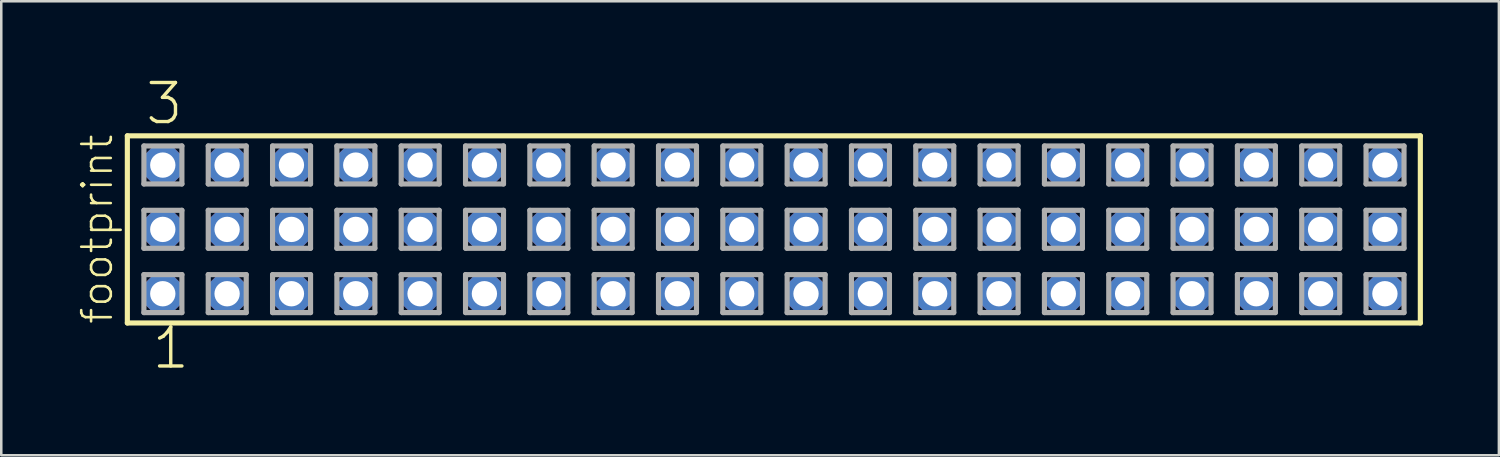
<source format=kicad_pcb>
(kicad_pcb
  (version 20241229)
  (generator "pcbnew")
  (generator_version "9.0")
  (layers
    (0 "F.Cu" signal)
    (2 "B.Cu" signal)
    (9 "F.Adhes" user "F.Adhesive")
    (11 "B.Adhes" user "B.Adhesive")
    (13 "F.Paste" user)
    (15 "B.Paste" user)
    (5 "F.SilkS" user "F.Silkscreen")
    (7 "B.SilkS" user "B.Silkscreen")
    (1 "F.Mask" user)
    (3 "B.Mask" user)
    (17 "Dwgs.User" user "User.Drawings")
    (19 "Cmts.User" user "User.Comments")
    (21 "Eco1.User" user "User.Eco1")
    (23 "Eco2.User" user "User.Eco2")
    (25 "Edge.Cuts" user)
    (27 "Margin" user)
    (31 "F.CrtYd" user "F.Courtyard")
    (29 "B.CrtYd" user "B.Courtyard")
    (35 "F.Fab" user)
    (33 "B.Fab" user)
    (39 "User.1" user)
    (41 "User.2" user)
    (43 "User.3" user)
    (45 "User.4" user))
  (footprint "footprint"
    (layer "F.Cu")
    (at 27.508 6.009)
    (property "Reference" "footprint" (at -26.035 3.81 90) (layer "F.SilkS") (effects (font (size 1.168 1.168) (thickness 0.102)) (justify left bottom)))
    (fp_line (start -25.529 -3.695) (end 25.529 -3.695) (stroke (width 0.203) (type solid)) (layer "F.SilkS"))
    (fp_line (start -25.529 3.695) (end -25.529 -3.695) (stroke (width 0.203) (type solid)) (layer "F.SilkS"))
    (fp_line (start 25.529 -3.695) (end 25.529 3.695) (stroke (width 0.203) (type solid)) (layer "F.SilkS"))
    (fp_line (start 25.529 3.695) (end -25.529 3.695) (stroke (width 0.203) (type solid)) (layer "F.SilkS"))
    (fp_line (start -24.875 -3.295) (end -23.375 -3.295) (stroke (width 0.203) (type solid)) (layer "F.Fab"))
    (fp_line (start -24.875 -1.795) (end -24.875 -3.295) (stroke (width 0.203) (type solid)) (layer "F.Fab"))
    (fp_line (start -24.875 -0.755) (end -23.375 -0.755) (stroke (width 0.203) (type solid)) (layer "F.Fab"))
    (fp_line (start -24.875 0.745) (end -24.875 -0.755) (stroke (width 0.203) (type solid)) (layer "F.Fab"))
    (fp_line (start -24.875 1.785) (end -23.375 1.785) (stroke (width 0.203) (type solid)) (layer "F.Fab"))
    (fp_line (start -24.875 3.285) (end -24.875 1.785) (stroke (width 0.203) (type solid)) (layer "F.Fab"))
    (fp_line (start -23.375 -3.295) (end -23.375 -1.795) (stroke (width 0.203) (type solid)) (layer "F.Fab"))
    (fp_line (start -23.375 -1.795) (end -24.875 -1.795) (stroke (width 0.203) (type solid)) (layer "F.Fab"))
    (fp_line (start -23.375 -0.755) (end -23.375 0.745) (stroke (width 0.203) (type solid)) (layer "F.Fab"))
    (fp_line (start -23.375 0.745) (end -24.875 0.745) (stroke (width 0.203) (type solid)) (layer "F.Fab"))
    (fp_line (start -23.375 1.785) (end -23.375 3.285) (stroke (width 0.203) (type solid)) (layer "F.Fab"))
    (fp_line (start -23.375 3.285) (end -24.875 3.285) (stroke (width 0.203) (type solid)) (layer "F.Fab"))
    (fp_line (start -22.335 -3.295) (end -20.835 -3.295) (stroke (width 0.203) (type solid)) (layer "F.Fab"))
    (fp_line (start -22.335 -1.795) (end -22.335 -3.295) (stroke (width 0.203) (type solid)) (layer "F.Fab"))
    (fp_line (start -22.335 -0.755) (end -20.835 -0.755) (stroke (width 0.203) (type solid)) (layer "F.Fab"))
    (fp_line (start -22.335 0.745) (end -22.335 -0.755) (stroke (width 0.203) (type solid)) (layer "F.Fab"))
    (fp_line (start -22.335 1.785) (end -20.835 1.785) (stroke (width 0.203) (type solid)) (layer "F.Fab"))
    (fp_line (start -22.335 3.285) (end -22.335 1.785) (stroke (width 0.203) (type solid)) (layer "F.Fab"))
    (fp_line (start -20.835 -3.295) (end -20.835 -1.795) (stroke (width 0.203) (type solid)) (layer "F.Fab"))
    (fp_line (start -20.835 -1.795) (end -22.335 -1.795) (stroke (width 0.203) (type solid)) (layer "F.Fab"))
    (fp_line (start -20.835 -0.755) (end -20.835 0.745) (stroke (width 0.203) (type solid)) (layer "F.Fab"))
    (fp_line (start -20.835 0.745) (end -22.335 0.745) (stroke (width 0.203) (type solid)) (layer "F.Fab"))
    (fp_line (start -20.835 1.785) (end -20.835 3.285) (stroke (width 0.203) (type solid)) (layer "F.Fab"))
    (fp_line (start -20.835 3.285) (end -22.335 3.285) (stroke (width 0.203) (type solid)) (layer "F.Fab"))
    (fp_line (start -19.795 -3.295) (end -18.295 -3.295) (stroke (width 0.203) (type solid)) (layer "F.Fab"))
    (fp_line (start -19.795 -1.795) (end -19.795 -3.295) (stroke (width 0.203) (type solid)) (layer "F.Fab"))
    (fp_line (start -19.795 -0.755) (end -18.295 -0.755) (stroke (width 0.203) (type solid)) (layer "F.Fab"))
    (fp_line (start -19.795 0.745) (end -19.795 -0.755) (stroke (width 0.203) (type solid)) (layer "F.Fab"))
    (fp_line (start -19.795 1.785) (end -18.295 1.785) (stroke (width 0.203) (type solid)) (layer "F.Fab"))
    (fp_line (start -19.795 3.285) (end -19.795 1.785) (stroke (width 0.203) (type solid)) (layer "F.Fab"))
    (fp_line (start -18.295 -3.295) (end -18.295 -1.795) (stroke (width 0.203) (type solid)) (layer "F.Fab"))
    (fp_line (start -18.295 -1.795) (end -19.795 -1.795) (stroke (width 0.203) (type solid)) (layer "F.Fab"))
    (fp_line (start -18.295 -0.755) (end -18.295 0.745) (stroke (width 0.203) (type solid)) (layer "F.Fab"))
    (fp_line (start -18.295 0.745) (end -19.795 0.745) (stroke (width 0.203) (type solid)) (layer "F.Fab"))
    (fp_line (start -18.295 1.785) (end -18.295 3.285) (stroke (width 0.203) (type solid)) (layer "F.Fab"))
    (fp_line (start -18.295 3.285) (end -19.795 3.285) (stroke (width 0.203) (type solid)) (layer "F.Fab"))
    (fp_line (start -17.255 -3.295) (end -15.755 -3.295) (stroke (width 0.203) (type solid)) (layer "F.Fab"))
    (fp_line (start -17.255 -1.795) (end -17.255 -3.295) (stroke (width 0.203) (type solid)) (layer "F.Fab"))
    (fp_line (start -17.255 -0.755) (end -15.755 -0.755) (stroke (width 0.203) (type solid)) (layer "F.Fab"))
    (fp_line (start -17.255 0.745) (end -17.255 -0.755) (stroke (width 0.203) (type solid)) (layer "F.Fab"))
    (fp_line (start -17.255 1.785) (end -15.755 1.785) (stroke (width 0.203) (type solid)) (layer "F.Fab"))
    (fp_line (start -17.255 3.285) (end -17.255 1.785) (stroke (width 0.203) (type solid)) (layer "F.Fab"))
    (fp_line (start -15.755 -3.295) (end -15.755 -1.795) (stroke (width 0.203) (type solid)) (layer "F.Fab"))
    (fp_line (start -15.755 -1.795) (end -17.255 -1.795) (stroke (width 0.203) (type solid)) (layer "F.Fab"))
    (fp_line (start -15.755 -0.755) (end -15.755 0.745) (stroke (width 0.203) (type solid)) (layer "F.Fab"))
    (fp_line (start -15.755 0.745) (end -17.255 0.745) (stroke (width 0.203) (type solid)) (layer "F.Fab"))
    (fp_line (start -15.755 1.785) (end -15.755 3.285) (stroke (width 0.203) (type solid)) (layer "F.Fab"))
    (fp_line (start -15.755 3.285) (end -17.255 3.285) (stroke (width 0.203) (type solid)) (layer "F.Fab"))
    (fp_line (start -14.715 -3.295) (end -13.215 -3.295) (stroke (width 0.203) (type solid)) (layer "F.Fab"))
    (fp_line (start -14.715 -1.795) (end -14.715 -3.295) (stroke (width 0.203) (type solid)) (layer "F.Fab"))
    (fp_line (start -14.715 -0.755) (end -13.215 -0.755) (stroke (width 0.203) (type solid)) (layer "F.Fab"))
    (fp_line (start -14.715 0.745) (end -14.715 -0.755) (stroke (width 0.203) (type solid)) (layer "F.Fab"))
    (fp_line (start -14.715 1.785) (end -13.215 1.785) (stroke (width 0.203) (type solid)) (layer "F.Fab"))
    (fp_line (start -14.715 3.285) (end -14.715 1.785) (stroke (width 0.203) (type solid)) (layer "F.Fab"))
    (fp_line (start -13.215 -3.295) (end -13.215 -1.795) (stroke (width 0.203) (type solid)) (layer "F.Fab"))
    (fp_line (start -13.215 -1.795) (end -14.715 -1.795) (stroke (width 0.203) (type solid)) (layer "F.Fab"))
    (fp_line (start -13.215 -0.755) (end -13.215 0.745) (stroke (width 0.203) (type solid)) (layer "F.Fab"))
    (fp_line (start -13.215 0.745) (end -14.715 0.745) (stroke (width 0.203) (type solid)) (layer "F.Fab"))
    (fp_line (start -13.215 1.785) (end -13.215 3.285) (stroke (width 0.203) (type solid)) (layer "F.Fab"))
    (fp_line (start -13.215 3.285) (end -14.715 3.285) (stroke (width 0.203) (type solid)) (layer "F.Fab"))
    (fp_line (start -12.175 -3.295) (end -10.675 -3.295) (stroke (width 0.203) (type solid)) (layer "F.Fab"))
    (fp_line (start -12.175 -1.795) (end -12.175 -3.295) (stroke (width 0.203) (type solid)) (layer "F.Fab"))
    (fp_line (start -12.175 -0.755) (end -10.675 -0.755) (stroke (width 0.203) (type solid)) (layer "F.Fab"))
    (fp_line (start -12.175 0.745) (end -12.175 -0.755) (stroke (width 0.203) (type solid)) (layer "F.Fab"))
    (fp_line (start -12.175 1.785) (end -10.675 1.785) (stroke (width 0.203) (type solid)) (layer "F.Fab"))
    (fp_line (start -12.175 3.285) (end -12.175 1.785) (stroke (width 0.203) (type solid)) (layer "F.Fab"))
    (fp_line (start -10.675 -3.295) (end -10.675 -1.795) (stroke (width 0.203) (type solid)) (layer "F.Fab"))
    (fp_line (start -10.675 -1.795) (end -12.175 -1.795) (stroke (width 0.203) (type solid)) (layer "F.Fab"))
    (fp_line (start -10.675 -0.755) (end -10.675 0.745) (stroke (width 0.203) (type solid)) (layer "F.Fab"))
    (fp_line (start -10.675 0.745) (end -12.175 0.745) (stroke (width 0.203) (type solid)) (layer "F.Fab"))
    (fp_line (start -10.675 1.785) (end -10.675 3.285) (stroke (width 0.203) (type solid)) (layer "F.Fab"))
    (fp_line (start -10.675 3.285) (end -12.175 3.285) (stroke (width 0.203) (type solid)) (layer "F.Fab"))
    (fp_line (start -9.635 -3.295) (end -8.135 -3.295) (stroke (width 0.203) (type solid)) (layer "F.Fab"))
    (fp_line (start -9.635 -1.795) (end -9.635 -3.295) (stroke (width 0.203) (type solid)) (layer "F.Fab"))
    (fp_line (start -9.635 -0.755) (end -8.135 -0.755) (stroke (width 0.203) (type solid)) (layer "F.Fab"))
    (fp_line (start -9.635 0.745) (end -9.635 -0.755) (stroke (width 0.203) (type solid)) (layer "F.Fab"))
    (fp_line (start -9.635 1.785) (end -8.135 1.785) (stroke (width 0.203) (type solid)) (layer "F.Fab"))
    (fp_line (start -9.635 3.285) (end -9.635 1.785) (stroke (width 0.203) (type solid)) (layer "F.Fab"))
    (fp_line (start -8.135 -3.295) (end -8.135 -1.795) (stroke (width 0.203) (type solid)) (layer "F.Fab"))
    (fp_line (start -8.135 -1.795) (end -9.635 -1.795) (stroke (width 0.203) (type solid)) (layer "F.Fab"))
    (fp_line (start -8.135 -0.755) (end -8.135 0.745) (stroke (width 0.203) (type solid)) (layer "F.Fab"))
    (fp_line (start -8.135 0.745) (end -9.635 0.745) (stroke (width 0.203) (type solid)) (layer "F.Fab"))
    (fp_line (start -8.135 1.785) (end -8.135 3.285) (stroke (width 0.203) (type solid)) (layer "F.Fab"))
    (fp_line (start -8.135 3.285) (end -9.635 3.285) (stroke (width 0.203) (type solid)) (layer "F.Fab"))
    (fp_line (start -7.095 -3.295) (end -5.595 -3.295) (stroke (width 0.203) (type solid)) (layer "F.Fab"))
    (fp_line (start -7.095 -1.795) (end -7.095 -3.295) (stroke (width 0.203) (type solid)) (layer "F.Fab"))
    (fp_line (start -7.095 -0.755) (end -5.595 -0.755) (stroke (width 0.203) (type solid)) (layer "F.Fab"))
    (fp_line (start -7.095 0.745) (end -7.095 -0.755) (stroke (width 0.203) (type solid)) (layer "F.Fab"))
    (fp_line (start -7.095 1.785) (end -5.595 1.785) (stroke (width 0.203) (type solid)) (layer "F.Fab"))
    (fp_line (start -7.095 3.285) (end -7.095 1.785) (stroke (width 0.203) (type solid)) (layer "F.Fab"))
    (fp_line (start -5.595 -3.295) (end -5.595 -1.795) (stroke (width 0.203) (type solid)) (layer "F.Fab"))
    (fp_line (start -5.595 -1.795) (end -7.095 -1.795) (stroke (width 0.203) (type solid)) (layer "F.Fab"))
    (fp_line (start -5.595 -0.755) (end -5.595 0.745) (stroke (width 0.203) (type solid)) (layer "F.Fab"))
    (fp_line (start -5.595 0.745) (end -7.095 0.745) (stroke (width 0.203) (type solid)) (layer "F.Fab"))
    (fp_line (start -5.595 1.785) (end -5.595 3.285) (stroke (width 0.203) (type solid)) (layer "F.Fab"))
    (fp_line (start -5.595 3.285) (end -7.095 3.285) (stroke (width 0.203) (type solid)) (layer "F.Fab"))
    (fp_line (start -4.555 -3.295) (end -3.055 -3.295) (stroke (width 0.203) (type solid)) (layer "F.Fab"))
    (fp_line (start -4.555 -1.795) (end -4.555 -3.295) (stroke (width 0.203) (type solid)) (layer "F.Fab"))
    (fp_line (start -4.555 -0.755) (end -3.055 -0.755) (stroke (width 0.203) (type solid)) (layer "F.Fab"))
    (fp_line (start -4.555 0.745) (end -4.555 -0.755) (stroke (width 0.203) (type solid)) (layer "F.Fab"))
    (fp_line (start -4.555 1.785) (end -3.055 1.785) (stroke (width 0.203) (type solid)) (layer "F.Fab"))
    (fp_line (start -4.555 3.285) (end -4.555 1.785) (stroke (width 0.203) (type solid)) (layer "F.Fab"))
    (fp_line (start -3.055 -3.295) (end -3.055 -1.795) (stroke (width 0.203) (type solid)) (layer "F.Fab"))
    (fp_line (start -3.055 -1.795) (end -4.555 -1.795) (stroke (width 0.203) (type solid)) (layer "F.Fab"))
    (fp_line (start -3.055 -0.755) (end -3.055 0.745) (stroke (width 0.203) (type solid)) (layer "F.Fab"))
    (fp_line (start -3.055 0.745) (end -4.555 0.745) (stroke (width 0.203) (type solid)) (layer "F.Fab"))
    (fp_line (start -3.055 1.785) (end -3.055 3.285) (stroke (width 0.203) (type solid)) (layer "F.Fab"))
    (fp_line (start -3.055 3.285) (end -4.555 3.285) (stroke (width 0.203) (type solid)) (layer "F.Fab"))
    (fp_line (start -2.015 -3.295) (end -0.515 -3.295) (stroke (width 0.203) (type solid)) (layer "F.Fab"))
    (fp_line (start -2.015 -1.795) (end -2.015 -3.295) (stroke (width 0.203) (type solid)) (layer "F.Fab"))
    (fp_line (start -2.015 -0.755) (end -0.515 -0.755) (stroke (width 0.203) (type solid)) (layer "F.Fab"))
    (fp_line (start -2.015 0.745) (end -2.015 -0.755) (stroke (width 0.203) (type solid)) (layer "F.Fab"))
    (fp_line (start -2.015 1.785) (end -0.515 1.785) (stroke (width 0.203) (type solid)) (layer "F.Fab"))
    (fp_line (start -2.015 3.285) (end -2.015 1.785) (stroke (width 0.203) (type solid)) (layer "F.Fab"))
    (fp_line (start -0.515 -3.295) (end -0.515 -1.795) (stroke (width 0.203) (type solid)) (layer "F.Fab"))
    (fp_line (start -0.515 -1.795) (end -2.015 -1.795) (stroke (width 0.203) (type solid)) (layer "F.Fab"))
    (fp_line (start -0.515 -0.755) (end -0.515 0.745) (stroke (width 0.203) (type solid)) (layer "F.Fab"))
    (fp_line (start -0.515 0.745) (end -2.015 0.745) (stroke (width 0.203) (type solid)) (layer "F.Fab"))
    (fp_line (start -0.515 1.785) (end -0.515 3.285) (stroke (width 0.203) (type solid)) (layer "F.Fab"))
    (fp_line (start -0.515 3.285) (end -2.015 3.285) (stroke (width 0.203) (type solid)) (layer "F.Fab"))
    (fp_line (start 0.525 -3.295) (end 2.025 -3.295) (stroke (width 0.203) (type solid)) (layer "F.Fab"))
    (fp_line (start 0.525 -1.795) (end 0.525 -3.295) (stroke (width 0.203) (type solid)) (layer "F.Fab"))
    (fp_line (start 0.525 -0.755) (end 2.025 -0.755) (stroke (width 0.203) (type solid)) (layer "F.Fab"))
    (fp_line (start 0.525 0.745) (end 0.525 -0.755) (stroke (width 0.203) (type solid)) (layer "F.Fab"))
    (fp_line (start 0.525 1.785) (end 2.025 1.785) (stroke (width 0.203) (type solid)) (layer "F.Fab"))
    (fp_line (start 0.525 3.285) (end 0.525 1.785) (stroke (width 0.203) (type solid)) (layer "F.Fab"))
    (fp_line (start 2.025 -3.295) (end 2.025 -1.795) (stroke (width 0.203) (type solid)) (layer "F.Fab"))
    (fp_line (start 2.025 -1.795) (end 0.525 -1.795) (stroke (width 0.203) (type solid)) (layer "F.Fab"))
    (fp_line (start 2.025 -0.755) (end 2.025 0.745) (stroke (width 0.203) (type solid)) (layer "F.Fab"))
    (fp_line (start 2.025 0.745) (end 0.525 0.745) (stroke (width 0.203) (type solid)) (layer "F.Fab"))
    (fp_line (start 2.025 1.785) (end 2.025 3.285) (stroke (width 0.203) (type solid)) (layer "F.Fab"))
    (fp_line (start 2.025 3.285) (end 0.525 3.285) (stroke (width 0.203) (type solid)) (layer "F.Fab"))
    (fp_line (start 3.065 -3.295) (end 4.565 -3.295) (stroke (width 0.203) (type solid)) (layer "F.Fab"))
    (fp_line (start 3.065 -1.795) (end 3.065 -3.295) (stroke (width 0.203) (type solid)) (layer "F.Fab"))
    (fp_line (start 3.065 -0.755) (end 4.565 -0.755) (stroke (width 0.203) (type solid)) (layer "F.Fab"))
    (fp_line (start 3.065 0.745) (end 3.065 -0.755) (stroke (width 0.203) (type solid)) (layer "F.Fab"))
    (fp_line (start 3.065 1.785) (end 4.565 1.785) (stroke (width 0.203) (type solid)) (layer "F.Fab"))
    (fp_line (start 3.065 3.285) (end 3.065 1.785) (stroke (width 0.203) (type solid)) (layer "F.Fab"))
    (fp_line (start 4.565 -3.295) (end 4.565 -1.795) (stroke (width 0.203) (type solid)) (layer "F.Fab"))
    (fp_line (start 4.565 -1.795) (end 3.065 -1.795) (stroke (width 0.203) (type solid)) (layer "F.Fab"))
    (fp_line (start 4.565 -0.755) (end 4.565 0.745) (stroke (width 0.203) (type solid)) (layer "F.Fab"))
    (fp_line (start 4.565 0.745) (end 3.065 0.745) (stroke (width 0.203) (type solid)) (layer "F.Fab"))
    (fp_line (start 4.565 1.785) (end 4.565 3.285) (stroke (width 0.203) (type solid)) (layer "F.Fab"))
    (fp_line (start 4.565 3.285) (end 3.065 3.285) (stroke (width 0.203) (type solid)) (layer "F.Fab"))
    (fp_line (start 5.605 -3.295) (end 7.105 -3.295) (stroke (width 0.203) (type solid)) (layer "F.Fab"))
    (fp_line (start 5.605 -1.795) (end 5.605 -3.295) (stroke (width 0.203) (type solid)) (layer "F.Fab"))
    (fp_line (start 5.605 -0.755) (end 7.105 -0.755) (stroke (width 0.203) (type solid)) (layer "F.Fab"))
    (fp_line (start 5.605 0.745) (end 5.605 -0.755) (stroke (width 0.203) (type solid)) (layer "F.Fab"))
    (fp_line (start 5.605 1.785) (end 7.105 1.785) (stroke (width 0.203) (type solid)) (layer "F.Fab"))
    (fp_line (start 5.605 3.285) (end 5.605 1.785) (stroke (width 0.203) (type solid)) (layer "F.Fab"))
    (fp_line (start 7.105 -3.295) (end 7.105 -1.795) (stroke (width 0.203) (type solid)) (layer "F.Fab"))
    (fp_line (start 7.105 -1.795) (end 5.605 -1.795) (stroke (width 0.203) (type solid)) (layer "F.Fab"))
    (fp_line (start 7.105 -0.755) (end 7.105 0.745) (stroke (width 0.203) (type solid)) (layer "F.Fab"))
    (fp_line (start 7.105 0.745) (end 5.605 0.745) (stroke (width 0.203) (type solid)) (layer "F.Fab"))
    (fp_line (start 7.105 1.785) (end 7.105 3.285) (stroke (width 0.203) (type solid)) (layer "F.Fab"))
    (fp_line (start 7.105 3.285) (end 5.605 3.285) (stroke (width 0.203) (type solid)) (layer "F.Fab"))
    (fp_line (start 8.145 -3.295) (end 9.645 -3.295) (stroke (width 0.203) (type solid)) (layer "F.Fab"))
    (fp_line (start 8.145 -1.795) (end 8.145 -3.295) (stroke (width 0.203) (type solid)) (layer "F.Fab"))
    (fp_line (start 8.145 -0.755) (end 9.645 -0.755) (stroke (width 0.203) (type solid)) (layer "F.Fab"))
    (fp_line (start 8.145 0.745) (end 8.145 -0.755) (stroke (width 0.203) (type solid)) (layer "F.Fab"))
    (fp_line (start 8.145 1.785) (end 9.645 1.785) (stroke (width 0.203) (type solid)) (layer "F.Fab"))
    (fp_line (start 8.145 3.285) (end 8.145 1.785) (stroke (width 0.203) (type solid)) (layer "F.Fab"))
    (fp_line (start 9.645 -3.295) (end 9.645 -1.795) (stroke (width 0.203) (type solid)) (layer "F.Fab"))
    (fp_line (start 9.645 -1.795) (end 8.145 -1.795) (stroke (width 0.203) (type solid)) (layer "F.Fab"))
    (fp_line (start 9.645 -0.755) (end 9.645 0.745) (stroke (width 0.203) (type solid)) (layer "F.Fab"))
    (fp_line (start 9.645 0.745) (end 8.145 0.745) (stroke (width 0.203) (type solid)) (layer "F.Fab"))
    (fp_line (start 9.645 1.785) (end 9.645 3.285) (stroke (width 0.203) (type solid)) (layer "F.Fab"))
    (fp_line (start 9.645 3.285) (end 8.145 3.285) (stroke (width 0.203) (type solid)) (layer "F.Fab"))
    (fp_line (start 10.685 -3.295) (end 12.185 -3.295) (stroke (width 0.203) (type solid)) (layer "F.Fab"))
    (fp_line (start 10.685 -1.795) (end 10.685 -3.295) (stroke (width 0.203) (type solid)) (layer "F.Fab"))
    (fp_line (start 10.685 -0.755) (end 12.185 -0.755) (stroke (width 0.203) (type solid)) (layer "F.Fab"))
    (fp_line (start 10.685 0.745) (end 10.685 -0.755) (stroke (width 0.203) (type solid)) (layer "F.Fab"))
    (fp_line (start 10.685 1.785) (end 12.185 1.785) (stroke (width 0.203) (type solid)) (layer "F.Fab"))
    (fp_line (start 10.685 3.285) (end 10.685 1.785) (stroke (width 0.203) (type solid)) (layer "F.Fab"))
    (fp_line (start 12.185 -3.295) (end 12.185 -1.795) (stroke (width 0.203) (type solid)) (layer "F.Fab"))
    (fp_line (start 12.185 -1.795) (end 10.685 -1.795) (stroke (width 0.203) (type solid)) (layer "F.Fab"))
    (fp_line (start 12.185 -0.755) (end 12.185 0.745) (stroke (width 0.203) (type solid)) (layer "F.Fab"))
    (fp_line (start 12.185 0.745) (end 10.685 0.745) (stroke (width 0.203) (type solid)) (layer "F.Fab"))
    (fp_line (start 12.185 1.785) (end 12.185 3.285) (stroke (width 0.203) (type solid)) (layer "F.Fab"))
    (fp_line (start 12.185 3.285) (end 10.685 3.285) (stroke (width 0.203) (type solid)) (layer "F.Fab"))
    (fp_line (start 13.225 -3.295) (end 14.725 -3.295) (stroke (width 0.203) (type solid)) (layer "F.Fab"))
    (fp_line (start 13.225 -1.795) (end 13.225 -3.295) (stroke (width 0.203) (type solid)) (layer "F.Fab"))
    (fp_line (start 13.225 -0.755) (end 14.725 -0.755) (stroke (width 0.203) (type solid)) (layer "F.Fab"))
    (fp_line (start 13.225 0.745) (end 13.225 -0.755) (stroke (width 0.203) (type solid)) (layer "F.Fab"))
    (fp_line (start 13.225 1.785) (end 14.725 1.785) (stroke (width 0.203) (type solid)) (layer "F.Fab"))
    (fp_line (start 13.225 3.285) (end 13.225 1.785) (stroke (width 0.203) (type solid)) (layer "F.Fab"))
    (fp_line (start 14.725 -3.295) (end 14.725 -1.795) (stroke (width 0.203) (type solid)) (layer "F.Fab"))
    (fp_line (start 14.725 -1.795) (end 13.225 -1.795) (stroke (width 0.203) (type solid)) (layer "F.Fab"))
    (fp_line (start 14.725 -0.755) (end 14.725 0.745) (stroke (width 0.203) (type solid)) (layer "F.Fab"))
    (fp_line (start 14.725 0.745) (end 13.225 0.745) (stroke (width 0.203) (type solid)) (layer "F.Fab"))
    (fp_line (start 14.725 1.785) (end 14.725 3.285) (stroke (width 0.203) (type solid)) (layer "F.Fab"))
    (fp_line (start 14.725 3.285) (end 13.225 3.285) (stroke (width 0.203) (type solid)) (layer "F.Fab"))
    (fp_line (start 15.765 -3.295) (end 17.265 -3.295) (stroke (width 0.203) (type solid)) (layer "F.Fab"))
    (fp_line (start 15.765 -1.795) (end 15.765 -3.295) (stroke (width 0.203) (type solid)) (layer "F.Fab"))
    (fp_line (start 15.765 -0.755) (end 17.265 -0.755) (stroke (width 0.203) (type solid)) (layer "F.Fab"))
    (fp_line (start 15.765 0.745) (end 15.765 -0.755) (stroke (width 0.203) (type solid)) (layer "F.Fab"))
    (fp_line (start 15.765 1.785) (end 17.265 1.785) (stroke (width 0.203) (type solid)) (layer "F.Fab"))
    (fp_line (start 15.765 3.285) (end 15.765 1.785) (stroke (width 0.203) (type solid)) (layer "F.Fab"))
    (fp_line (start 17.265 -3.295) (end 17.265 -1.795) (stroke (width 0.203) (type solid)) (layer "F.Fab"))
    (fp_line (start 17.265 -1.795) (end 15.765 -1.795) (stroke (width 0.203) (type solid)) (layer "F.Fab"))
    (fp_line (start 17.265 -0.755) (end 17.265 0.745) (stroke (width 0.203) (type solid)) (layer "F.Fab"))
    (fp_line (start 17.265 0.745) (end 15.765 0.745) (stroke (width 0.203) (type solid)) (layer "F.Fab"))
    (fp_line (start 17.265 1.785) (end 17.265 3.285) (stroke (width 0.203) (type solid)) (layer "F.Fab"))
    (fp_line (start 17.265 3.285) (end 15.765 3.285) (stroke (width 0.203) (type solid)) (layer "F.Fab"))
    (fp_line (start 18.305 -3.295) (end 19.805 -3.295) (stroke (width 0.203) (type solid)) (layer "F.Fab"))
    (fp_line (start 18.305 -1.795) (end 18.305 -3.295) (stroke (width 0.203) (type solid)) (layer "F.Fab"))
    (fp_line (start 18.305 -0.755) (end 19.805 -0.755) (stroke (width 0.203) (type solid)) (layer "F.Fab"))
    (fp_line (start 18.305 0.745) (end 18.305 -0.755) (stroke (width 0.203) (type solid)) (layer "F.Fab"))
    (fp_line (start 18.305 1.785) (end 19.805 1.785) (stroke (width 0.203) (type solid)) (layer "F.Fab"))
    (fp_line (start 18.305 3.285) (end 18.305 1.785) (stroke (width 0.203) (type solid)) (layer "F.Fab"))
    (fp_line (start 19.805 -3.295) (end 19.805 -1.795) (stroke (width 0.203) (type solid)) (layer "F.Fab"))
    (fp_line (start 19.805 -1.795) (end 18.305 -1.795) (stroke (width 0.203) (type solid)) (layer "F.Fab"))
    (fp_line (start 19.805 -0.755) (end 19.805 0.745) (stroke (width 0.203) (type solid)) (layer "F.Fab"))
    (fp_line (start 19.805 0.745) (end 18.305 0.745) (stroke (width 0.203) (type solid)) (layer "F.Fab"))
    (fp_line (start 19.805 1.785) (end 19.805 3.285) (stroke (width 0.203) (type solid)) (layer "F.Fab"))
    (fp_line (start 19.805 3.285) (end 18.305 3.285) (stroke (width 0.203) (type solid)) (layer "F.Fab"))
    (fp_line (start 20.845 -3.295) (end 22.345 -3.295) (stroke (width 0.203) (type solid)) (layer "F.Fab"))
    (fp_line (start 20.845 -1.795) (end 20.845 -3.295) (stroke (width 0.203) (type solid)) (layer "F.Fab"))
    (fp_line (start 20.845 -0.755) (end 22.345 -0.755) (stroke (width 0.203) (type solid)) (layer "F.Fab"))
    (fp_line (start 20.845 0.745) (end 20.845 -0.755) (stroke (width 0.203) (type solid)) (layer "F.Fab"))
    (fp_line (start 20.845 1.785) (end 22.345 1.785) (stroke (width 0.203) (type solid)) (layer "F.Fab"))
    (fp_line (start 20.845 3.285) (end 20.845 1.785) (stroke (width 0.203) (type solid)) (layer "F.Fab"))
    (fp_line (start 22.345 -3.295) (end 22.345 -1.795) (stroke (width 0.203) (type solid)) (layer "F.Fab"))
    (fp_line (start 22.345 -1.795) (end 20.845 -1.795) (stroke (width 0.203) (type solid)) (layer "F.Fab"))
    (fp_line (start 22.345 -0.755) (end 22.345 0.745) (stroke (width 0.203) (type solid)) (layer "F.Fab"))
    (fp_line (start 22.345 0.745) (end 20.845 0.745) (stroke (width 0.203) (type solid)) (layer "F.Fab"))
    (fp_line (start 22.345 1.785) (end 22.345 3.285) (stroke (width 0.203) (type solid)) (layer "F.Fab"))
    (fp_line (start 22.345 3.285) (end 20.845 3.285) (stroke (width 0.203) (type solid)) (layer "F.Fab"))
    (fp_line (start 23.385 -3.295) (end 24.885 -3.295) (stroke (width 0.203) (type solid)) (layer "F.Fab"))
    (fp_line (start 23.385 -1.795) (end 23.385 -3.295) (stroke (width 0.203) (type solid)) (layer "F.Fab"))
    (fp_line (start 23.385 -0.755) (end 24.885 -0.755) (stroke (width 0.203) (type solid)) (layer "F.Fab"))
    (fp_line (start 23.385 0.745) (end 23.385 -0.755) (stroke (width 0.203) (type solid)) (layer "F.Fab"))
    (fp_line (start 23.385 1.785) (end 24.885 1.785) (stroke (width 0.203) (type solid)) (layer "F.Fab"))
    (fp_line (start 23.385 3.285) (end 23.385 1.785) (stroke (width 0.203) (type solid)) (layer "F.Fab"))
    (fp_line (start 24.885 -3.295) (end 24.885 -1.795) (stroke (width 0.203) (type solid)) (layer "F.Fab"))
    (fp_line (start 24.885 -1.795) (end 23.385 -1.795) (stroke (width 0.203) (type solid)) (layer "F.Fab"))
    (fp_line (start 24.885 -0.755) (end 24.885 0.745) (stroke (width 0.203) (type solid)) (layer "F.Fab"))
    (fp_line (start 24.885 0.745) (end 23.385 0.745) (stroke (width 0.203) (type solid)) (layer "F.Fab"))
    (fp_line (start 24.885 1.785) (end 24.885 3.285) (stroke (width 0.203) (type solid)) (layer "F.Fab"))
    (fp_line (start 24.885 3.285) (end 23.385 3.285) (stroke (width 0.203) (type solid)) (layer "F.Fab"))
    (fp_text user "1" (at -24.638 5.588 0) (layer "F.SilkS") (effects (font (size 1.542 1.542) (thickness 0.134)) (justify left bottom)))
    (fp_text user "3" (at -24.892 -4.064 0) (layer "F.SilkS") (effects (font (size 1.542 1.542) (thickness 0.134)) (justify left bottom)))
    (pad "1" thru_hole roundrect (at -24.13 2.54) (size 1.5 1.5) (drill 1) (layers "*.Cu" "*.Mask") (roundrect_rratio 0.25) (chamfer_ratio 0.25) (chamfer top_left top_right bottom_left bottom_right))
    (pad "2" thru_hole roundrect (at -24.13 0) (size 1.5 1.5) (drill 1) (layers "*.Cu" "*.Mask") (roundrect_rratio 0.25) (chamfer_ratio 0.25) (chamfer top_left top_right bottom_left bottom_right))
    (pad "3" thru_hole roundrect (at -24.13 -2.54) (size 1.5 1.5) (drill 1) (layers "*.Cu" "*.Mask") (roundrect_rratio 0.25) (chamfer_ratio 0.25) (chamfer top_left top_right bottom_left bottom_right))
    (pad "4" thru_hole roundrect (at -21.59 2.54) (size 1.5 1.5) (drill 1) (layers "*.Cu" "*.Mask") (roundrect_rratio 0.25) (chamfer_ratio 0.25) (chamfer top_left top_right bottom_left bottom_right))
    (pad "5" thru_hole roundrect (at -21.59 0) (size 1.5 1.5) (drill 1) (layers "*.Cu" "*.Mask") (roundrect_rratio 0.25) (chamfer_ratio 0.25) (chamfer top_left top_right bottom_left bottom_right))
    (pad "6" thru_hole roundrect (at -21.59 -2.54) (size 1.5 1.5) (drill 1) (layers "*.Cu" "*.Mask") (roundrect_rratio 0.25) (chamfer_ratio 0.25) (chamfer top_left top_right bottom_left bottom_right))
    (pad "7" thru_hole roundrect (at -19.05 2.54) (size 1.5 1.5) (drill 1) (layers "*.Cu" "*.Mask") (roundrect_rratio 0.25) (chamfer_ratio 0.25) (chamfer top_left top_right bottom_left bottom_right))
    (pad "8" thru_hole roundrect (at -19.05 0) (size 1.5 1.5) (drill 1) (layers "*.Cu" "*.Mask") (roundrect_rratio 0.25) (chamfer_ratio 0.25) (chamfer top_left top_right bottom_left bottom_right))
    (pad "9" thru_hole roundrect (at -19.05 -2.54) (size 1.5 1.5) (drill 1) (layers "*.Cu" "*.Mask") (roundrect_rratio 0.25) (chamfer_ratio 0.25) (chamfer top_left top_right bottom_left bottom_right))
    (pad "10" thru_hole roundrect (at -16.51 2.54) (size 1.5 1.5) (drill 1) (layers "*.Cu" "*.Mask") (roundrect_rratio 0.25) (chamfer_ratio 0.25) (chamfer top_left top_right bottom_left bottom_right))
    (pad "11" thru_hole roundrect (at -16.51 0) (size 1.5 1.5) (drill 1) (layers "*.Cu" "*.Mask") (roundrect_rratio 0.25) (chamfer_ratio 0.25) (chamfer top_left top_right bottom_left bottom_right))
    (pad "12" thru_hole roundrect (at -16.51 -2.54) (size 1.5 1.5) (drill 1) (layers "*.Cu" "*.Mask") (roundrect_rratio 0.25) (chamfer_ratio 0.25) (chamfer top_left top_right bottom_left bottom_right))
    (pad "13" thru_hole roundrect (at -13.97 2.54) (size 1.5 1.5) (drill 1) (layers "*.Cu" "*.Mask") (roundrect_rratio 0.25) (chamfer_ratio 0.25) (chamfer top_left top_right bottom_left bottom_right))
    (pad "14" thru_hole roundrect (at -13.97 0) (size 1.5 1.5) (drill 1) (layers "*.Cu" "*.Mask") (roundrect_rratio 0.25) (chamfer_ratio 0.25) (chamfer top_left top_right bottom_left bottom_right))
    (pad "15" thru_hole roundrect (at -13.97 -2.54) (size 1.5 1.5) (drill 1) (layers "*.Cu" "*.Mask") (roundrect_rratio 0.25) (chamfer_ratio 0.25) (chamfer top_left top_right bottom_left bottom_right))
    (pad "16" thru_hole roundrect (at -11.43 2.54) (size 1.5 1.5) (drill 1) (layers "*.Cu" "*.Mask") (roundrect_rratio 0.25) (chamfer_ratio 0.25) (chamfer top_left top_right bottom_left bottom_right))
    (pad "17" thru_hole roundrect (at -11.43 0) (size 1.5 1.5) (drill 1) (layers "*.Cu" "*.Mask") (roundrect_rratio 0.25) (chamfer_ratio 0.25) (chamfer top_left top_right bottom_left bottom_right))
    (pad "18" thru_hole roundrect (at -11.43 -2.54) (size 1.5 1.5) (drill 1) (layers "*.Cu" "*.Mask") (roundrect_rratio 0.25) (chamfer_ratio 0.25) (chamfer top_left top_right bottom_left bottom_right))
    (pad "19" thru_hole roundrect (at -8.89 2.54) (size 1.5 1.5) (drill 1) (layers "*.Cu" "*.Mask") (roundrect_rratio 0.25) (chamfer_ratio 0.25) (chamfer top_left top_right bottom_left bottom_right))
    (pad "20" thru_hole roundrect (at -8.89 0) (size 1.5 1.5) (drill 1) (layers "*.Cu" "*.Mask") (roundrect_rratio 0.25) (chamfer_ratio 0.25) (chamfer top_left top_right bottom_left bottom_right))
    (pad "21" thru_hole roundrect (at -8.89 -2.54) (size 1.5 1.5) (drill 1) (layers "*.Cu" "*.Mask") (roundrect_rratio 0.25) (chamfer_ratio 0.25) (chamfer top_left top_right bottom_left bottom_right))
    (pad "22" thru_hole roundrect (at -6.35 2.54) (size 1.5 1.5) (drill 1) (layers "*.Cu" "*.Mask") (roundrect_rratio 0.25) (chamfer_ratio 0.25) (chamfer top_left top_right bottom_left bottom_right))
    (pad "23" thru_hole roundrect (at -6.35 0) (size 1.5 1.5) (drill 1) (layers "*.Cu" "*.Mask") (roundrect_rratio 0.25) (chamfer_ratio 0.25) (chamfer top_left top_right bottom_left bottom_right))
    (pad "24" thru_hole roundrect (at -6.35 -2.54) (size 1.5 1.5) (drill 1) (layers "*.Cu" "*.Mask") (roundrect_rratio 0.25) (chamfer_ratio 0.25) (chamfer top_left top_right bottom_left bottom_right))
    (pad "25" thru_hole roundrect (at -3.81 2.54) (size 1.5 1.5) (drill 1) (layers "*.Cu" "*.Mask") (roundrect_rratio 0.25) (chamfer_ratio 0.25) (chamfer top_left top_right bottom_left bottom_right))
    (pad "26" thru_hole roundrect (at -3.81 0) (size 1.5 1.5) (drill 1) (layers "*.Cu" "*.Mask") (roundrect_rratio 0.25) (chamfer_ratio 0.25) (chamfer top_left top_right bottom_left bottom_right))
    (pad "27" thru_hole roundrect (at -3.81 -2.54) (size 1.5 1.5) (drill 1) (layers "*.Cu" "*.Mask") (roundrect_rratio 0.25) (chamfer_ratio 0.25) (chamfer top_left top_right bottom_left bottom_right))
    (pad "28" thru_hole roundrect (at -1.27 2.54) (size 1.5 1.5) (drill 1) (layers "*.Cu" "*.Mask") (roundrect_rratio 0.25) (chamfer_ratio 0.25) (chamfer top_left top_right bottom_left bottom_right))
    (pad "29" thru_hole roundrect (at -1.27 0) (size 1.5 1.5) (drill 1) (layers "*.Cu" "*.Mask") (roundrect_rratio 0.25) (chamfer_ratio 0.25) (chamfer top_left top_right bottom_left bottom_right))
    (pad "30" thru_hole roundrect (at -1.27 -2.54) (size 1.5 1.5) (drill 1) (layers "*.Cu" "*.Mask") (roundrect_rratio 0.25) (chamfer_ratio 0.25) (chamfer top_left top_right bottom_left bottom_right))
    (pad "31" thru_hole roundrect (at 1.27 2.54) (size 1.5 1.5) (drill 1) (layers "*.Cu" "*.Mask") (roundrect_rratio 0.25) (chamfer_ratio 0.25) (chamfer top_left top_right bottom_left bottom_right))
    (pad "32" thru_hole roundrect (at 1.27 0) (size 1.5 1.5) (drill 1) (layers "*.Cu" "*.Mask") (roundrect_rratio 0.25) (chamfer_ratio 0.25) (chamfer top_left top_right bottom_left bottom_right))
    (pad "33" thru_hole roundrect (at 1.27 -2.54) (size 1.5 1.5) (drill 1) (layers "*.Cu" "*.Mask") (roundrect_rratio 0.25) (chamfer_ratio 0.25) (chamfer top_left top_right bottom_left bottom_right))
    (pad "34" thru_hole roundrect (at 3.81 2.54) (size 1.5 1.5) (drill 1) (layers "*.Cu" "*.Mask") (roundrect_rratio 0.25) (chamfer_ratio 0.25) (chamfer top_left top_right bottom_left bottom_right))
    (pad "35" thru_hole roundrect (at 3.81 0) (size 1.5 1.5) (drill 1) (layers "*.Cu" "*.Mask") (roundrect_rratio 0.25) (chamfer_ratio 0.25) (chamfer top_left top_right bottom_left bottom_right))
    (pad "36" thru_hole roundrect (at 3.81 -2.54) (size 1.5 1.5) (drill 1) (layers "*.Cu" "*.Mask") (roundrect_rratio 0.25) (chamfer_ratio 0.25) (chamfer top_left top_right bottom_left bottom_right))
    (pad "37" thru_hole roundrect (at 6.35 2.54) (size 1.5 1.5) (drill 1) (layers "*.Cu" "*.Mask") (roundrect_rratio 0.25) (chamfer_ratio 0.25) (chamfer top_left top_right bottom_left bottom_right))
    (pad "38" thru_hole roundrect (at 6.35 0) (size 1.5 1.5) (drill 1) (layers "*.Cu" "*.Mask") (roundrect_rratio 0.25) (chamfer_ratio 0.25) (chamfer top_left top_right bottom_left bottom_right))
    (pad "39" thru_hole roundrect (at 6.35 -2.54) (size 1.5 1.5) (drill 1) (layers "*.Cu" "*.Mask") (roundrect_rratio 0.25) (chamfer_ratio 0.25) (chamfer top_left top_right bottom_left bottom_right))
    (pad "40" thru_hole roundrect (at 8.89 2.54) (size 1.5 1.5) (drill 1) (layers "*.Cu" "*.Mask") (roundrect_rratio 0.25) (chamfer_ratio 0.25) (chamfer top_left top_right bottom_left bottom_right))
    (pad "41" thru_hole roundrect (at 8.89 0) (size 1.5 1.5) (drill 1) (layers "*.Cu" "*.Mask") (roundrect_rratio 0.25) (chamfer_ratio 0.25) (chamfer top_left top_right bottom_left bottom_right))
    (pad "42" thru_hole roundrect (at 8.89 -2.54) (size 1.5 1.5) (drill 1) (layers "*.Cu" "*.Mask") (roundrect_rratio 0.25) (chamfer_ratio 0.25) (chamfer top_left top_right bottom_left bottom_right))
    (pad "43" thru_hole roundrect (at 11.43 2.54) (size 1.5 1.5) (drill 1) (layers "*.Cu" "*.Mask") (roundrect_rratio 0.25) (chamfer_ratio 0.25) (chamfer top_left top_right bottom_left bottom_right))
    (pad "44" thru_hole roundrect (at 11.43 0) (size 1.5 1.5) (drill 1) (layers "*.Cu" "*.Mask") (roundrect_rratio 0.25) (chamfer_ratio 0.25) (chamfer top_left top_right bottom_left bottom_right))
    (pad "45" thru_hole roundrect (at 11.43 -2.54) (size 1.5 1.5) (drill 1) (layers "*.Cu" "*.Mask") (roundrect_rratio 0.25) (chamfer_ratio 0.25) (chamfer top_left top_right bottom_left bottom_right))
    (pad "46" thru_hole roundrect (at 13.97 2.54) (size 1.5 1.5) (drill 1) (layers "*.Cu" "*.Mask") (roundrect_rratio 0.25) (chamfer_ratio 0.25) (chamfer top_left top_right bottom_left bottom_right))
    (pad "47" thru_hole roundrect (at 13.97 0) (size 1.5 1.5) (drill 1) (layers "*.Cu" "*.Mask") (roundrect_rratio 0.25) (chamfer_ratio 0.25) (chamfer top_left top_right bottom_left bottom_right))
    (pad "48" thru_hole roundrect (at 13.97 -2.54) (size 1.5 1.5) (drill 1) (layers "*.Cu" "*.Mask") (roundrect_rratio 0.25) (chamfer_ratio 0.25) (chamfer top_left top_right bottom_left bottom_right))
    (pad "49" thru_hole roundrect (at 16.51 2.54) (size 1.5 1.5) (drill 1) (layers "*.Cu" "*.Mask") (roundrect_rratio 0.25) (chamfer_ratio 0.25) (chamfer top_left top_right bottom_left bottom_right))
    (pad "50" thru_hole roundrect (at 16.51 0) (size 1.5 1.5) (drill 1) (layers "*.Cu" "*.Mask") (roundrect_rratio 0.25) (chamfer_ratio 0.25) (chamfer top_left top_right bottom_left bottom_right))
    (pad "51" thru_hole roundrect (at 16.51 -2.54) (size 1.5 1.5) (drill 1) (layers "*.Cu" "*.Mask") (roundrect_rratio 0.25) (chamfer_ratio 0.25) (chamfer top_left top_right bottom_left bottom_right))
    (pad "52" thru_hole roundrect (at 19.05 2.54) (size 1.5 1.5) (drill 1) (layers "*.Cu" "*.Mask") (roundrect_rratio 0.25) (chamfer_ratio 0.25) (chamfer top_left top_right bottom_left bottom_right))
    (pad "53" thru_hole roundrect (at 19.05 0) (size 1.5 1.5) (drill 1) (layers "*.Cu" "*.Mask") (roundrect_rratio 0.25) (chamfer_ratio 0.25) (chamfer top_left top_right bottom_left bottom_right))
    (pad "54" thru_hole roundrect (at 19.05 -2.54) (size 1.5 1.5) (drill 1) (layers "*.Cu" "*.Mask") (roundrect_rratio 0.25) (chamfer_ratio 0.25) (chamfer top_left top_right bottom_left bottom_right))
    (pad "55" thru_hole roundrect (at 21.59 2.54) (size 1.5 1.5) (drill 1) (layers "*.Cu" "*.Mask") (roundrect_rratio 0.25) (chamfer_ratio 0.25) (chamfer top_left top_right bottom_left bottom_right))
    (pad "56" thru_hole roundrect (at 21.59 0) (size 1.5 1.5) (drill 1) (layers "*.Cu" "*.Mask") (roundrect_rratio 0.25) (chamfer_ratio 0.25) (chamfer top_left top_right bottom_left bottom_right))
    (pad "57" thru_hole roundrect (at 21.59 -2.54) (size 1.5 1.5) (drill 1) (layers "*.Cu" "*.Mask") (roundrect_rratio 0.25) (chamfer_ratio 0.25) (chamfer top_left top_right bottom_left bottom_right))
    (pad "58" thru_hole roundrect (at 24.13 2.54) (size 1.5 1.5) (drill 1) (layers "*.Cu" "*.Mask") (roundrect_rratio 0.25) (chamfer_ratio 0.25) (chamfer top_left top_right bottom_left bottom_right))
    (pad "59" thru_hole roundrect (at 24.13 0) (size 1.5 1.5) (drill 1) (layers "*.Cu" "*.Mask") (roundrect_rratio 0.25) (chamfer_ratio 0.25) (chamfer top_left top_right bottom_left bottom_right))
    (pad "60" thru_hole roundrect (at 24.13 -2.54) (size 1.5 1.5) (drill 1) (layers "*.Cu" "*.Mask") (roundrect_rratio 0.25) (chamfer_ratio 0.25) (chamfer top_left top_right bottom_left bottom_right)))
  (gr_rect
    (start -3 -3)
    (end 56.139 14.927)
    (stroke (width 0.1) (type default))
    (fill no)
    (layer "Edge.Cuts")))
</source>
